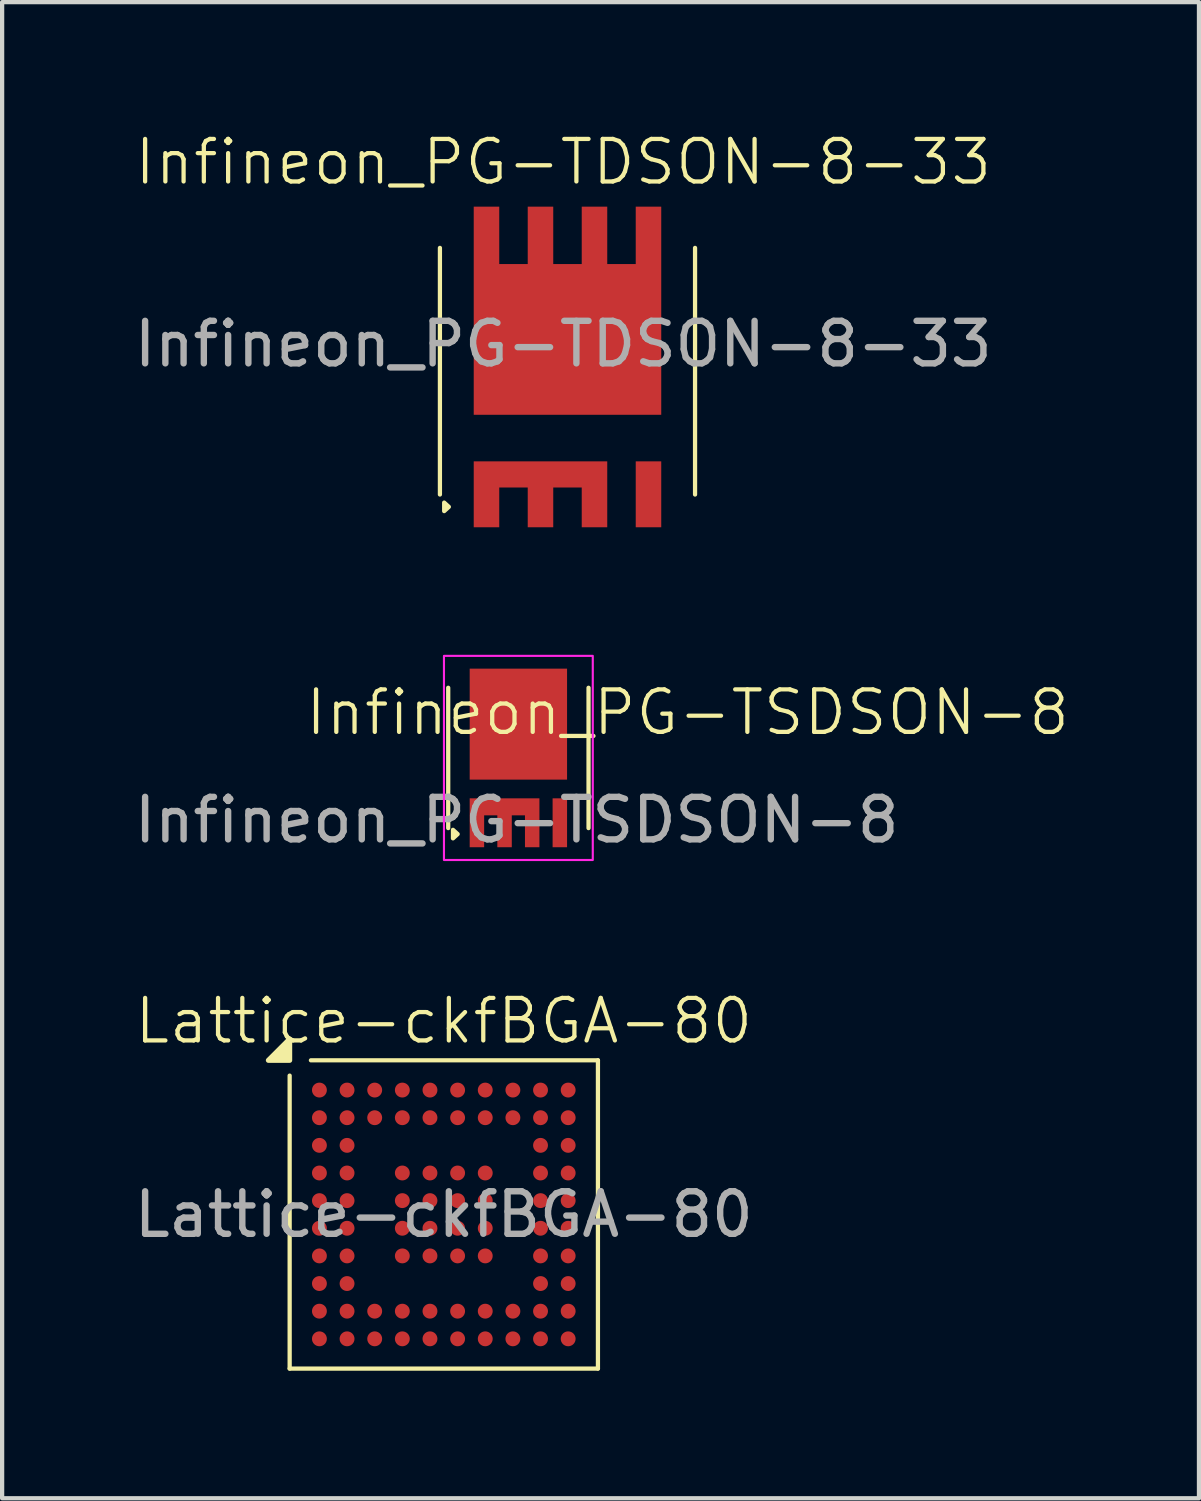
<source format=kicad_pcb>
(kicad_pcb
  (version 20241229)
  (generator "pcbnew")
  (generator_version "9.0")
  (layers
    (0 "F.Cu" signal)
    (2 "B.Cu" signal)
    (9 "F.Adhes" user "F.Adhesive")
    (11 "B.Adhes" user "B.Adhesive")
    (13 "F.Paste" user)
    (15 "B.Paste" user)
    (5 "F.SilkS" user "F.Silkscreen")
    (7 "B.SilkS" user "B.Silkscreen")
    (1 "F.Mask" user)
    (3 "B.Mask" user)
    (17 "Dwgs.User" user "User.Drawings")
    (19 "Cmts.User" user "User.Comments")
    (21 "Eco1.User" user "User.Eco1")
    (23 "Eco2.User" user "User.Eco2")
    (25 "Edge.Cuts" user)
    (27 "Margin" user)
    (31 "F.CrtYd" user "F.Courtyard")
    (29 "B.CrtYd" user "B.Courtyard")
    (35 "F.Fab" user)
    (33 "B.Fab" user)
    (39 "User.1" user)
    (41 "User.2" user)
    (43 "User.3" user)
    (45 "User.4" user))
  (footprint "Infineon_PG-TSDSON-8"
    (layer "F.Cu")
    (at 9.141 14.775)
    (property "Reference" "Infineon_PG-TSDSON-8" (at 3.98 -1.07 0) (unlocked yes) (layer "F.SilkS") (effects (font (size 1 1) (thickness 0.1))))
    (attr smd)
    (fp_rect (start -1.65 -1.65) (end -1.65 1.65) (stroke (width 0.1) (type default)) (fill no) (layer "F.SilkS"))
    (fp_rect (start 1.65 1.65) (end 1.65 -1.65) (stroke (width 0.1) (type default)) (fill no) (layer "F.SilkS"))
    (fp_poly (pts (xy -1.538 1.891) (xy -1.428 1.791) (xy -1.538 1.691)) (stroke (width 0.1) (type solid)) (fill yes) (layer "F.SilkS"))
    (fp_rect (start -1.115 1) (end 0.465 1.32) (stroke (width 0) (type solid)) (fill yes) (layer "F.Paste"))
    (fp_rect (start -1.115 1.55) (end -0.835 2.07) (stroke (width 0) (type solid)) (fill yes) (layer "F.Paste"))
    (fp_rect (start -1.09 -1.35) (end -0.81 -2.07) (stroke (width 0) (type solid)) (fill yes) (layer "F.Paste"))
    (fp_rect (start -1.09 -1.07) (end -0.81 0.18) (stroke (width 0) (type solid)) (fill yes) (layer "F.Paste"))
    (fp_rect (start -0.555 -1.07) (end 0.555 0.18) (stroke (width 0) (type solid)) (fill yes) (layer "F.Paste"))
    (fp_rect (start -0.49 -1.35) (end -0.21 -2.07) (stroke (width 0) (type solid)) (fill yes) (layer "F.Paste"))
    (fp_rect (start -0.465 1.55) (end -0.185 2.07) (stroke (width 0) (type solid)) (fill yes) (layer "F.Paste"))
    (fp_rect (start 0.16 -1.35) (end 0.44 -2.07) (stroke (width 0) (type solid)) (fill yes) (layer "F.Paste"))
    (fp_rect (start 0.185 1.55) (end 0.465 2.07) (stroke (width 0) (type solid)) (fill yes) (layer "F.Paste"))
    (fp_rect (start 0.81 -1.35) (end 1.09 -2.07) (stroke (width 0) (type solid)) (fill yes) (layer "F.Paste"))
    (fp_rect (start 0.81 -1.07) (end 1.09 0.18) (stroke (width 0) (type solid)) (fill yes) (layer "F.Paste"))
    (fp_rect (start 0.835 1.12) (end 1.115 2.07) (stroke (width 0) (type solid)) (fill yes) (layer "F.Paste"))
    (fp_rect (start -1.75 -2.4) (end 1.75 2.4) (stroke (width 0.05) (type default)) (fill no) (layer "F.CrtYd"))
    (fp_text user "${REFERENCE}" (at -0.04 1.46 0) (unlocked yes) (layer "F.Fab") (effects (font (size 1 1) (thickness 0.15))))
    (pad "1" smd custom (at -0.35 1.17) (size 0.1 0.1) (layers "F.Cu" "F.Mask" "F.Paste") (options (anchor circle)) (primitives (gr_poly (pts (xy -0.05 -0.025) (xy -0.048 -0.035) (xy -0.043 -0.043) (xy -0.035 -0.048) (xy -0.025 -0.05) (xy 0.025 -0.05) (xy 0.035 -0.048) (xy 0.043 -0.043) (xy 0.048 -0.035) (xy 0.05 -0.025) (xy 0.05 0.025) (xy 0.048 0.035) (xy 0.043 0.043) (xy 0.035 0.048) (xy 0.025 0.05) (xy -0.025 0.05) (xy -0.035 0.048) (xy -0.043 0.043) (xy -0.048 0.035) (xy -0.05 0.025)) (width 0) (fill yes)) (gr_poly (pts (xy 0.845 -0.22) (xy 0.845 0.93) (xy 0.505 0.93) (xy 0.505 0.18) (xy 0.195 0.18) (xy 0.195 0.93) (xy -0.145 0.93) (xy -0.145 0.18) (xy -0.455 0.18) (xy -0.455 0.93) (xy -0.795 0.93) (xy -0.795 -0.22)) (width 0) (fill yes))))
    (pad "2" smd custom (at 0.9 1.45) (size 0.1 0.1) (layers "F.Cu" "F.Mask" "F.Paste") (options (anchor circle)) (primitives (gr_poly (pts (xy -0.05 -0.025) (xy -0.048 -0.035) (xy -0.043 -0.043) (xy -0.035 -0.048) (xy -0.025 -0.05) (xy 0.025 -0.05) (xy 0.035 -0.048) (xy 0.043 -0.043) (xy 0.048 -0.035) (xy 0.05 -0.025) (xy 0.05 0.025) (xy 0.048 0.035) (xy 0.043 0.043) (xy 0.035 0.048) (xy 0.025 0.05) (xy -0.025 0.05) (xy -0.035 0.048) (xy -0.043 0.043) (xy -0.048 0.035) (xy -0.05 0.025)) (width 0) (fill yes)) (gr_rect (start -0.095 -0.5) (end 0.245 0.65) (width 0) (fill yes))))
    (pad "3" smd custom (at -0.01 -2.02) (size 0.1 0.1) (layers "F.Cu" "F.Mask" "F.Paste") (options (anchor circle)) (primitives (gr_poly (pts (xy -0.05 -0.025) (xy -0.048 -0.035) (xy -0.043 -0.043) (xy -0.035 -0.048) (xy -0.025 -0.05) (xy 0.025 -0.05) (xy 0.035 -0.048) (xy 0.043 -0.043) (xy 0.048 -0.035) (xy 0.05 -0.025) (xy 0.05 0.025) (xy 0.048 0.035) (xy 0.043 0.043) (xy 0.035 0.048) (xy 0.025 0.05) (xy -0.025 0.05) (xy -0.035 0.048) (xy -0.043 0.043) (xy -0.048 0.035) (xy -0.05 0.025)) (width 0) (fill yes)) (gr_rect (start -1.135 -0.08) (end 1.155 2.53) (width 0) (fill yes)))))
  (footprint "Lattice-ckfBGA-80"
    (layer "F.Cu")
    (at 7.387 25.511)
    (property "Reference" "Lattice-ckfBGA-80" (at 0 -4.55 0) (unlocked yes) (layer "F.SilkS") (effects (font (size 1 1) (thickness 0.1))))
    (attr smd)
    (fp_line (start -3.625 -3.265) (end -3.625 3.625) (stroke (width 0.1) (type default)) (layer "F.SilkS"))
    (fp_line (start 3.625 -3.625) (end -3.125 -3.625) (stroke (width 0.1) (type default)) (layer "F.SilkS"))
    (fp_line (start 3.625 -3.625) (end 3.625 3.625) (stroke (width 0.1) (type default)) (layer "F.SilkS"))
    (fp_line (start 3.625 3.625) (end -3.625 3.625) (stroke (width 0.1) (type default)) (layer "F.SilkS"))
    (fp_poly (pts (xy -3.625 -3.625) (xy -4.125 -3.625) (xy -3.625 -4.125) (xy -3.625 -3.625)) (stroke (width 0.12) (type solid)) (fill yes) (layer "F.SilkS"))
    (fp_text user "${REFERENCE}" (at 0 0 0) (unlocked yes) (layer "F.Fab") (effects (font (size 1 1) (thickness 0.15))))
    (pad "A1" smd circle (at -2.925 -2.925) (size 0.35 0.35) (property pad_prop_bga) (layers "F.Cu" "F.Mask" "F.Paste"))
    (pad "A2" smd circle (at -2.275 -2.925) (size 0.35 0.35) (property pad_prop_bga) (layers "F.Cu" "F.Mask" "F.Paste"))
    (pad "A3" smd circle (at -1.625 -2.925) (size 0.35 0.35) (property pad_prop_bga) (layers "F.Cu" "F.Mask" "F.Paste"))
    (pad "A4" smd circle (at -0.975 -2.925) (size 0.35 0.35) (property pad_prop_bga) (layers "F.Cu" "F.Mask" "F.Paste"))
    (pad "A5" smd circle (at -0.325 -2.925) (size 0.35 0.35) (property pad_prop_bga) (layers "F.Cu" "F.Mask" "F.Paste"))
    (pad "A6" smd circle (at 0.325 -2.925) (size 0.35 0.35) (property pad_prop_bga) (layers "F.Cu" "F.Mask" "F.Paste"))
    (pad "A7" smd circle (at 0.975 -2.925) (size 0.35 0.35) (property pad_prop_bga) (layers "F.Cu" "F.Mask" "F.Paste"))
    (pad "A8" smd circle (at 1.625 -2.925) (size 0.35 0.35) (property pad_prop_bga) (layers "F.Cu" "F.Mask" "F.Paste"))
    (pad "A9" smd circle (at 2.275 -2.925) (size 0.35 0.35) (property pad_prop_bga) (layers "F.Cu" "F.Mask" "F.Paste"))
    (pad "A10" smd circle (at 2.925 -2.925) (size 0.35 0.35) (property pad_prop_bga) (layers "F.Cu" "F.Mask" "F.Paste"))
    (pad "B1" smd circle (at -2.925 -2.275) (size 0.35 0.35) (property pad_prop_bga) (layers "F.Cu" "F.Mask" "F.Paste"))
    (pad "B2" smd circle (at -2.275 -2.275) (size 0.35 0.35) (property pad_prop_bga) (layers "F.Cu" "F.Mask" "F.Paste"))
    (pad "B3" smd circle (at -1.625 -2.275) (size 0.35 0.35) (property pad_prop_bga) (layers "F.Cu" "F.Mask" "F.Paste"))
    (pad "B4" smd circle (at -0.975 -2.275) (size 0.35 0.35) (property pad_prop_bga) (layers "F.Cu" "F.Mask" "F.Paste"))
    (pad "B5" smd circle (at -0.325 -2.275) (size 0.35 0.35) (property pad_prop_bga) (layers "F.Cu" "F.Mask" "F.Paste"))
    (pad "B6" smd circle (at 0.325 -2.275) (size 0.35 0.35) (property pad_prop_bga) (layers "F.Cu" "F.Mask" "F.Paste"))
    (pad "B7" smd circle (at 0.975 -2.275) (size 0.35 0.35) (property pad_prop_bga) (layers "F.Cu" "F.Mask" "F.Paste"))
    (pad "B8" smd circle (at 1.625 -2.275) (size 0.35 0.35) (property pad_prop_bga) (layers "F.Cu" "F.Mask" "F.Paste"))
    (pad "B9" smd circle (at 2.275 -2.275) (size 0.35 0.35) (property pad_prop_bga) (layers "F.Cu" "F.Mask" "F.Paste"))
    (pad "B10" smd circle (at 2.925 -2.275) (size 0.35 0.35) (property pad_prop_bga) (layers "F.Cu" "F.Mask" "F.Paste"))
    (pad "C1" smd circle (at -2.925 -1.625) (size 0.35 0.35) (property pad_prop_bga) (layers "F.Cu" "F.Mask" "F.Paste"))
    (pad "C2" smd circle (at -2.275 -1.625) (size 0.35 0.35) (property pad_prop_bga) (layers "F.Cu" "F.Mask" "F.Paste"))
    (pad "C9" smd circle (at 2.275 -1.625) (size 0.35 0.35) (property pad_prop_bga) (layers "F.Cu" "F.Mask" "F.Paste"))
    (pad "C10" smd circle (at 2.925 -1.625) (size 0.35 0.35) (property pad_prop_bga) (layers "F.Cu" "F.Mask" "F.Paste"))
    (pad "D1" smd circle (at -2.925 -0.975) (size 0.35 0.35) (property pad_prop_bga) (layers "F.Cu" "F.Mask" "F.Paste"))
    (pad "D2" smd circle (at -2.275 -0.975) (size 0.35 0.35) (property pad_prop_bga) (layers "F.Cu" "F.Mask" "F.Paste"))
    (pad "D4" smd circle (at -0.975 -0.975) (size 0.35 0.35) (property pad_prop_bga) (layers "F.Cu" "F.Mask" "F.Paste"))
    (pad "D5" smd circle (at -0.325 -0.975) (size 0.35 0.35) (property pad_prop_bga) (layers "F.Cu" "F.Mask" "F.Paste"))
    (pad "D6" smd circle (at 0.325 -0.975) (size 0.35 0.35) (property pad_prop_bga) (layers "F.Cu" "F.Mask" "F.Paste"))
    (pad "D7" smd circle (at 0.975 -0.975) (size 0.35 0.35) (property pad_prop_bga) (layers "F.Cu" "F.Mask" "F.Paste"))
    (pad "D9" smd circle (at 2.275 -0.975) (size 0.35 0.35) (property pad_prop_bga) (layers "F.Cu" "F.Mask" "F.Paste"))
    (pad "D10" smd circle (at 2.925 -0.975) (size 0.35 0.35) (property pad_prop_bga) (layers "F.Cu" "F.Mask" "F.Paste"))
    (pad "E1" smd circle (at -2.925 -0.325) (size 0.35 0.35) (property pad_prop_bga) (layers "F.Cu" "F.Mask" "F.Paste"))
    (pad "E2" smd circle (at -2.275 -0.325) (size 0.35 0.35) (property pad_prop_bga) (layers "F.Cu" "F.Mask" "F.Paste"))
    (pad "E4" smd circle (at -0.975 -0.325) (size 0.35 0.35) (property pad_prop_bga) (layers "F.Cu" "F.Mask" "F.Paste"))
    (pad "E5" smd circle (at -0.325 -0.325) (size 0.35 0.35) (property pad_prop_bga) (layers "F.Cu" "F.Mask" "F.Paste"))
    (pad "E6" smd circle (at 0.325 -0.325) (size 0.35 0.35) (property pad_prop_bga) (layers "F.Cu" "F.Mask" "F.Paste"))
    (pad "E7" smd circle (at 0.975 -0.325) (size 0.35 0.35) (property pad_prop_bga) (layers "F.Cu" "F.Mask" "F.Paste"))
    (pad "E9" smd circle (at 2.275 -0.325) (size 0.35 0.35) (property pad_prop_bga) (layers "F.Cu" "F.Mask" "F.Paste"))
    (pad "E10" smd circle (at 2.925 -0.325) (size 0.35 0.35) (property pad_prop_bga) (layers "F.Cu" "F.Mask" "F.Paste"))
    (pad "F1" smd circle (at -2.925 0.325) (size 0.35 0.35) (property pad_prop_bga) (layers "F.Cu" "F.Mask" "F.Paste"))
    (pad "F2" smd circle (at -2.275 0.325) (size 0.35 0.35) (property pad_prop_bga) (layers "F.Cu" "F.Mask" "F.Paste"))
    (pad "F4" smd circle (at -0.975 0.325) (size 0.35 0.35) (property pad_prop_bga) (layers "F.Cu" "F.Mask" "F.Paste"))
    (pad "F5" smd circle (at -0.325 0.325) (size 0.35 0.35) (property pad_prop_bga) (layers "F.Cu" "F.Mask" "F.Paste"))
    (pad "F6" smd circle (at 0.325 0.325) (size 0.35 0.35) (property pad_prop_bga) (layers "F.Cu" "F.Mask" "F.Paste"))
    (pad "F7" smd circle (at 0.975 0.325) (size 0.35 0.35) (property pad_prop_bga) (layers "F.Cu" "F.Mask" "F.Paste"))
    (pad "F9" smd circle (at 2.275 0.325) (size 0.35 0.35) (property pad_prop_bga) (layers "F.Cu" "F.Mask" "F.Paste"))
    (pad "F10" smd circle (at 2.925 0.325) (size 0.35 0.35) (property pad_prop_bga) (layers "F.Cu" "F.Mask" "F.Paste"))
    (pad "G1" smd circle (at -2.925 0.975) (size 0.35 0.35) (property pad_prop_bga) (layers "F.Cu" "F.Mask" "F.Paste"))
    (pad "G2" smd circle (at -2.275 0.975) (size 0.35 0.35) (property pad_prop_bga) (layers "F.Cu" "F.Mask" "F.Paste"))
    (pad "G4" smd circle (at -0.975 0.975) (size 0.35 0.35) (property pad_prop_bga) (layers "F.Cu" "F.Mask" "F.Paste"))
    (pad "G5" smd circle (at -0.325 0.975) (size 0.35 0.35) (property pad_prop_bga) (layers "F.Cu" "F.Mask" "F.Paste"))
    (pad "G6" smd circle (at 0.325 0.975) (size 0.35 0.35) (property pad_prop_bga) (layers "F.Cu" "F.Mask" "F.Paste"))
    (pad "G7" smd circle (at 0.975 0.975) (size 0.35 0.35) (property pad_prop_bga) (layers "F.Cu" "F.Mask" "F.Paste"))
    (pad "G9" smd circle (at 2.275 0.975) (size 0.35 0.35) (property pad_prop_bga) (layers "F.Cu" "F.Mask" "F.Paste"))
    (pad "G10" smd circle (at 2.925 0.975) (size 0.35 0.35) (property pad_prop_bga) (layers "F.Cu" "F.Mask" "F.Paste"))
    (pad "H1" smd circle (at -2.925 1.625) (size 0.35 0.35) (property pad_prop_bga) (layers "F.Cu" "F.Mask" "F.Paste"))
    (pad "H2" smd circle (at -2.275 1.625) (size 0.35 0.35) (property pad_prop_bga) (layers "F.Cu" "F.Mask" "F.Paste"))
    (pad "H9" smd circle (at 2.275 1.625) (size 0.35 0.35) (property pad_prop_bga) (layers "F.Cu" "F.Mask" "F.Paste"))
    (pad "H10" smd circle (at 2.925 1.625) (size 0.35 0.35) (property pad_prop_bga) (layers "F.Cu" "F.Mask" "F.Paste"))
    (pad "I1" smd circle (at -2.925 2.275) (size 0.35 0.35) (property pad_prop_bga) (layers "F.Cu" "F.Mask" "F.Paste"))
    (pad "I2" smd circle (at -2.275 2.275) (size 0.35 0.35) (property pad_prop_bga) (layers "F.Cu" "F.Mask" "F.Paste"))
    (pad "I3" smd circle (at -1.625 2.275) (size 0.35 0.35) (property pad_prop_bga) (layers "F.Cu" "F.Mask" "F.Paste"))
    (pad "I4" smd circle (at -0.975 2.275) (size 0.35 0.35) (property pad_prop_bga) (layers "F.Cu" "F.Mask" "F.Paste"))
    (pad "I5" smd circle (at -0.325 2.275) (size 0.35 0.35) (property pad_prop_bga) (layers "F.Cu" "F.Mask" "F.Paste"))
    (pad "I6" smd circle (at 0.325 2.275) (size 0.35 0.35) (property pad_prop_bga) (layers "F.Cu" "F.Mask" "F.Paste"))
    (pad "I7" smd circle (at 0.975 2.275) (size 0.35 0.35) (property pad_prop_bga) (layers "F.Cu" "F.Mask" "F.Paste"))
    (pad "I8" smd circle (at 1.625 2.275) (size 0.35 0.35) (property pad_prop_bga) (layers "F.Cu" "F.Mask" "F.Paste"))
    (pad "I9" smd circle (at 2.275 2.275) (size 0.35 0.35) (property pad_prop_bga) (layers "F.Cu" "F.Mask" "F.Paste"))
    (pad "I10" smd circle (at 2.925 2.275) (size 0.35 0.35) (property pad_prop_bga) (layers "F.Cu" "F.Mask" "F.Paste"))
    (pad "J1" smd circle (at -2.925 2.925) (size 0.35 0.35) (property pad_prop_bga) (layers "F.Cu" "F.Mask" "F.Paste"))
    (pad "J2" smd circle (at -2.275 2.925) (size 0.35 0.35) (property pad_prop_bga) (layers "F.Cu" "F.Mask" "F.Paste"))
    (pad "J3" smd circle (at -1.625 2.925) (size 0.35 0.35) (property pad_prop_bga) (layers "F.Cu" "F.Mask" "F.Paste"))
    (pad "J4" smd circle (at -0.975 2.925) (size 0.35 0.35) (property pad_prop_bga) (layers "F.Cu" "F.Mask" "F.Paste"))
    (pad "J5" smd circle (at -0.325 2.925) (size 0.35 0.35) (property pad_prop_bga) (layers "F.Cu" "F.Mask" "F.Paste"))
    (pad "J6" smd circle (at 0.325 2.925) (size 0.35 0.35) (property pad_prop_bga) (layers "F.Cu" "F.Mask" "F.Paste"))
    (pad "J7" smd circle (at 0.975 2.925) (size 0.35 0.35) (property pad_prop_bga) (layers "F.Cu" "F.Mask" "F.Paste"))
    (pad "J8" smd circle (at 1.625 2.925) (size 0.35 0.35) (property pad_prop_bga) (layers "F.Cu" "F.Mask" "F.Paste"))
    (pad "J9" smd circle (at 2.275 2.925) (size 0.35 0.35) (property pad_prop_bga) (layers "F.Cu" "F.Mask" "F.Paste"))
    (pad "J10" smd circle (at 2.925 2.925) (size 0.35 0.35) (property pad_prop_bga) (layers "F.Cu" "F.Mask" "F.Paste")))
  (footprint "Infineon_PG-TDSON-8-33"
    (layer "F.Cu")
    (at 10.296 5.58)
    (property "Reference" "Infineon_PG-TDSON-8-33" (at -0.1 -4.82 0) (unlocked yes) (layer "F.SilkS") (effects (font (size 1 1) (thickness 0.1))))
    (attr smd)
    (fp_rect (start -2.575 -2.75) (end 2.575 2.75) (stroke (width 0) (type solid)) (fill yes) (layer "F.Mask"))
    (fp_line (start -3 -2.8) (end -3 3) (stroke (width 0.1) (type default)) (layer "F.SilkS"))
    (fp_line (start 3 -2.8) (end 3 3) (stroke (width 0.1) (type default)) (layer "F.SilkS"))
    (fp_poly (pts (xy -2.9 3.39) (xy -2.79 3.29) (xy -2.9 3.19)) (stroke (width 0.1) (type solid)) (fill yes) (layer "F.SilkS"))
    (fp_rect (start -2.155 -3.72) (end -1.655 -2.52) (stroke (width 0.1) (type solid)) (fill yes) (layer "F.Paste"))
    (fp_rect (start -2.155 2.27) (end -1.305 2.78) (stroke (width 0.1) (type solid)) (fill yes) (layer "F.Paste"))
    (fp_rect (start -2.155 2.98) (end -1.655 3.72) (stroke (width 0.1) (type solid)) (fill yes) (layer "F.Paste"))
    (fp_rect (start -1.6 -2.24) (end -0.1 -0.74) (stroke (width 0.1) (type solid)) (fill yes) (layer "F.Paste"))
    (fp_rect (start -1.6 -0.54) (end -0.1 0.96) (stroke (width 0.1) (type solid)) (fill yes) (layer "F.Paste"))
    (fp_rect (start -1.065 2.265) (end -0.215 2.775) (stroke (width 0.1) (type solid)) (fill yes) (layer "F.Paste"))
    (fp_rect (start -0.885 -3.72) (end -0.385 -2.52) (stroke (width 0.1) (type solid)) (fill yes) (layer "F.Paste"))
    (fp_rect (start -0.885 2.98) (end -0.385 3.72) (stroke (width 0.1) (type solid)) (fill yes) (layer "F.Paste"))
    (fp_rect (start 0.04 2.27) (end 0.89 2.78) (stroke (width 0.1) (type solid)) (fill yes) (layer "F.Paste"))
    (fp_rect (start 0.1 -2.24) (end 1.6 -0.74) (stroke (width 0.1) (type solid)) (fill yes) (layer "F.Paste"))
    (fp_rect (start 0.1 -0.54) (end 1.6 0.96) (stroke (width 0.1) (type solid)) (fill yes) (layer "F.Paste"))
    (fp_rect (start 0.385 -3.72) (end 0.885 -2.52) (stroke (width 0.1) (type solid)) (fill yes) (layer "F.Paste"))
    (fp_rect (start 0.385 2.98) (end 0.885 3.72) (stroke (width 0.1) (type solid)) (fill yes) (layer "F.Paste"))
    (fp_rect (start 1.655 -3.72) (end 2.155 -2.52) (stroke (width 0.1) (type solid)) (fill yes) (layer "F.Paste"))
    (fp_rect (start 1.655 2.52) (end 2.155 3.72) (stroke (width 0.1) (type solid)) (fill yes) (layer "F.Paste"))
    (fp_text user "${REFERENCE}" (at -0.1 -0.54 0) (unlocked yes) (layer "F.Fab") (effects (font (size 1 1) (thickness 0.15))))
    (pad "1" smd custom (at 0.63 3.43) (size 0.2 0.2) (layers "F.Cu" "F.Mask" "F.Paste") (options (anchor rect)) (primitives (gr_poly (pts (xy 0.305 -1.21) (xy 0.305 0.34) (xy -0.295 0.34) (xy -0.295 -0.595) (xy -0.965 -0.595) (xy -0.965 0.34) (xy -1.565 0.34) (xy -1.565 -0.595) (xy -2.235 -0.595) (xy -2.235 0.34) (xy -2.835 0.34) (xy -2.835 -1.21)) (width 0) (fill yes))))
    (pad "2" smd custom (at 1.905 2.995) (size 0.6 1.55) (layers "F.Cu" "F.Mask" "F.Paste") (options (anchor rect)) (primitives (gr_rect (start -0.3 -0.775) (end 0.3 0.775) (width 0) (fill yes))))
    (pad "3" smd custom (at -0.02 -0.59) (size 2.286 1.524) (layers "F.Cu" "F.Mask" "F.Paste") (options (anchor rect)) (primitives (gr_poly (pts (xy -1.585 -1.83) (xy -0.915 -1.83) (xy -0.915 -3.18) (xy -0.315 -3.18) (xy -0.315 -1.83) (xy 0.355 -1.83) (xy 0.355 -3.18) (xy 0.955 -3.18) (xy 0.955 -1.83) (xy 1.625 -1.83) (xy 1.625 -3.18) (xy 2.225 -3.18) (xy 2.225 -1.83) (xy 2.225 1.715) (xy -2.185 1.715) (xy -2.185 -1.83) (xy -2.185 -3.18) (xy -1.585 -3.18)) (width 0) (fill yes)))))
  (gr_rect
    (start -3 -3)
    (end 25.147 32.186)
    (stroke (width 0.1) (type default))
    (fill no)
    (layer "Edge.Cuts")))
</source>
